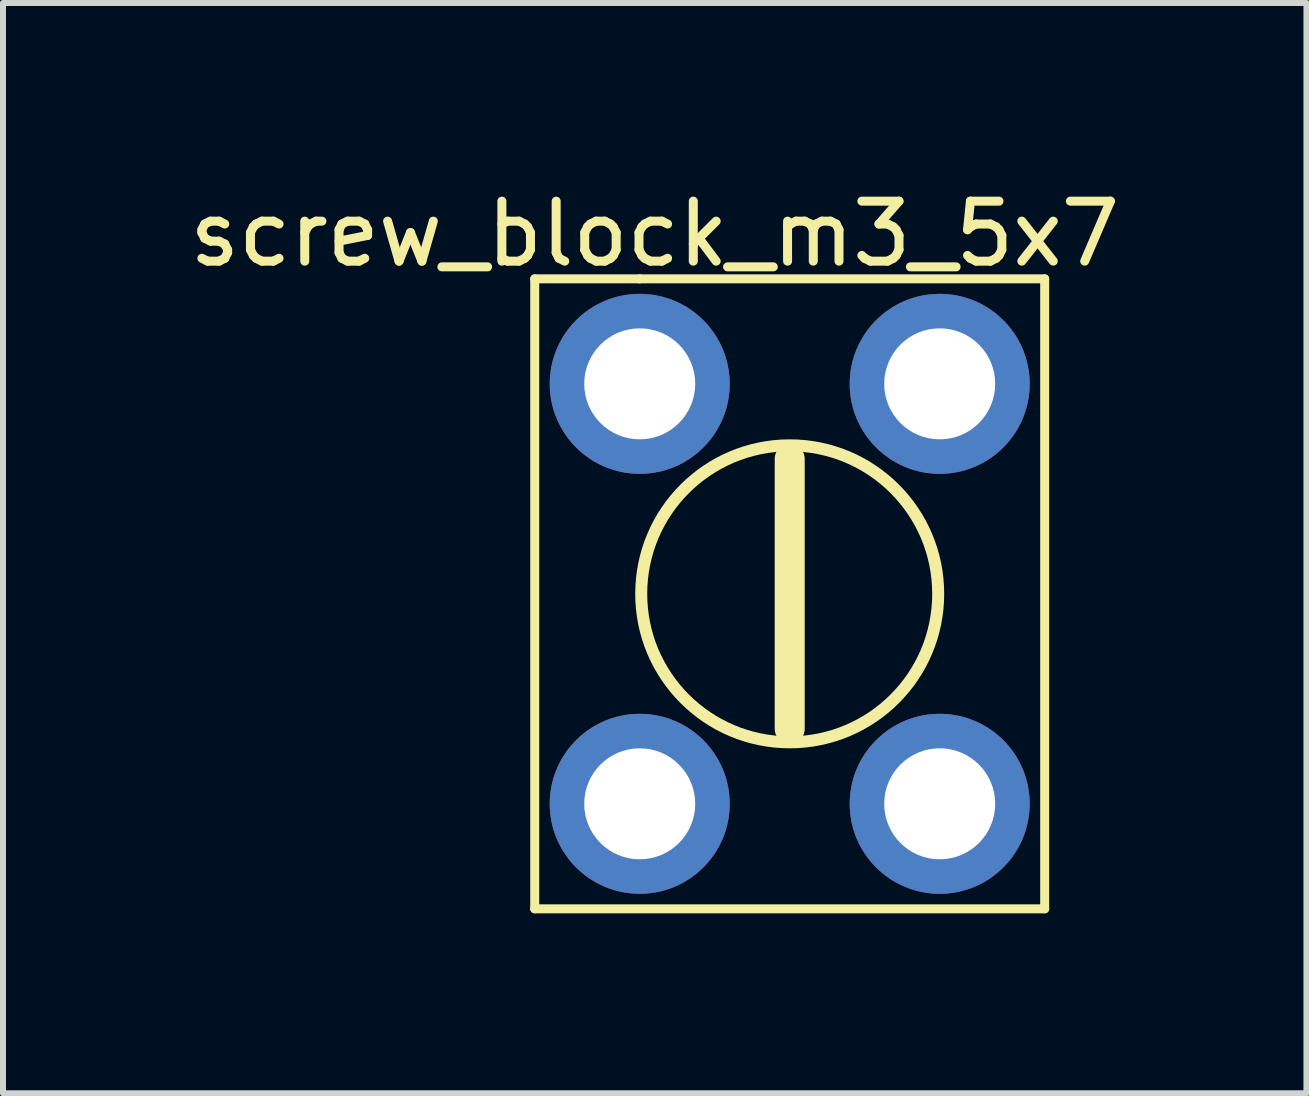
<source format=kicad_pcb>
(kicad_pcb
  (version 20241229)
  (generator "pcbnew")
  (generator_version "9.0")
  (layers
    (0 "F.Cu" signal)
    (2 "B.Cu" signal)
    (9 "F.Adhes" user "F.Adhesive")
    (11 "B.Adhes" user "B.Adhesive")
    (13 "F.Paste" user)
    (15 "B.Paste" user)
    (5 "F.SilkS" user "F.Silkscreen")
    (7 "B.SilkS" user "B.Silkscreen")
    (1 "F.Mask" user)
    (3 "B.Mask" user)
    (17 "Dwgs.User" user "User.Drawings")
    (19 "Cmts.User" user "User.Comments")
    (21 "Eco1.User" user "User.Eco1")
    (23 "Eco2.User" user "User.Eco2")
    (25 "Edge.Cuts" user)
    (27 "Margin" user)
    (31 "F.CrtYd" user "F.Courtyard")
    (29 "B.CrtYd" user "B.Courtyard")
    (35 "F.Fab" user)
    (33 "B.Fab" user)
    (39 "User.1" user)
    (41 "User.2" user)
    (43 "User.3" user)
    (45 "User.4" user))
  (footprint "screw_block_m3_5x7"
    (layer "F.Cu")
    (at 7.613 10.348)
    (property "Reference" "screw_block_m3_5x7" (at 0.25 -9.5 0) (layer "F.SilkS") (effects (font (size 1 1) (thickness 0.15))))
    (attr through_hole)
    (fp_line (start -1.75 -8.75) (end -1.75 1.75) (stroke (width 0.15) (type solid)) (layer "F.SilkS"))
    (fp_line (start -1.75 1.75) (end 6.75 1.75) (stroke (width 0.15) (type solid)) (layer "F.SilkS"))
    (fp_line (start 0 -8.75) (end -1.75 -8.75) (stroke (width 0.15) (type solid)) (layer "F.SilkS"))
    (fp_line (start 2.5 -5.75) (end 2.5 -1.25) (stroke (width 0.5) (type solid)) (layer "F.SilkS"))
    (fp_line (start 6.75 -8.75) (end 0 -8.75) (stroke (width 0.15) (type solid)) (layer "F.SilkS"))
    (fp_line (start 6.75 1.75) (end 6.75 -8.75) (stroke (width 0.15) (type solid)) (layer "F.SilkS"))
    (fp_circle (center 2.5 -3.5) (end 4.975 -3.5) (stroke (width 0.2) (type solid)) (fill no) (layer "F.SilkS"))
    (pad "1" thru_hole circle (at 0 -7) (size 3 3) (drill 1.85) (layers "*.Cu" "*.Mask"))
    (pad "1" thru_hole circle (at 0 0) (size 3 3) (drill 1.85) (layers "*.Cu" "*.Mask"))
    (pad "1" thru_hole circle (at 5 -7) (size 3 3) (drill 1.85) (layers "*.Cu" "*.Mask"))
    (pad "1" thru_hole circle (at 5 0) (size 3 3) (drill 1.85) (layers "*.Cu" "*.Mask")))
  (gr_rect
    (start -3 -3)
    (end 18.726 15.173)
    (stroke (width 0.1) (type default))
    (fill no)
    (layer "Edge.Cuts")))
</source>
